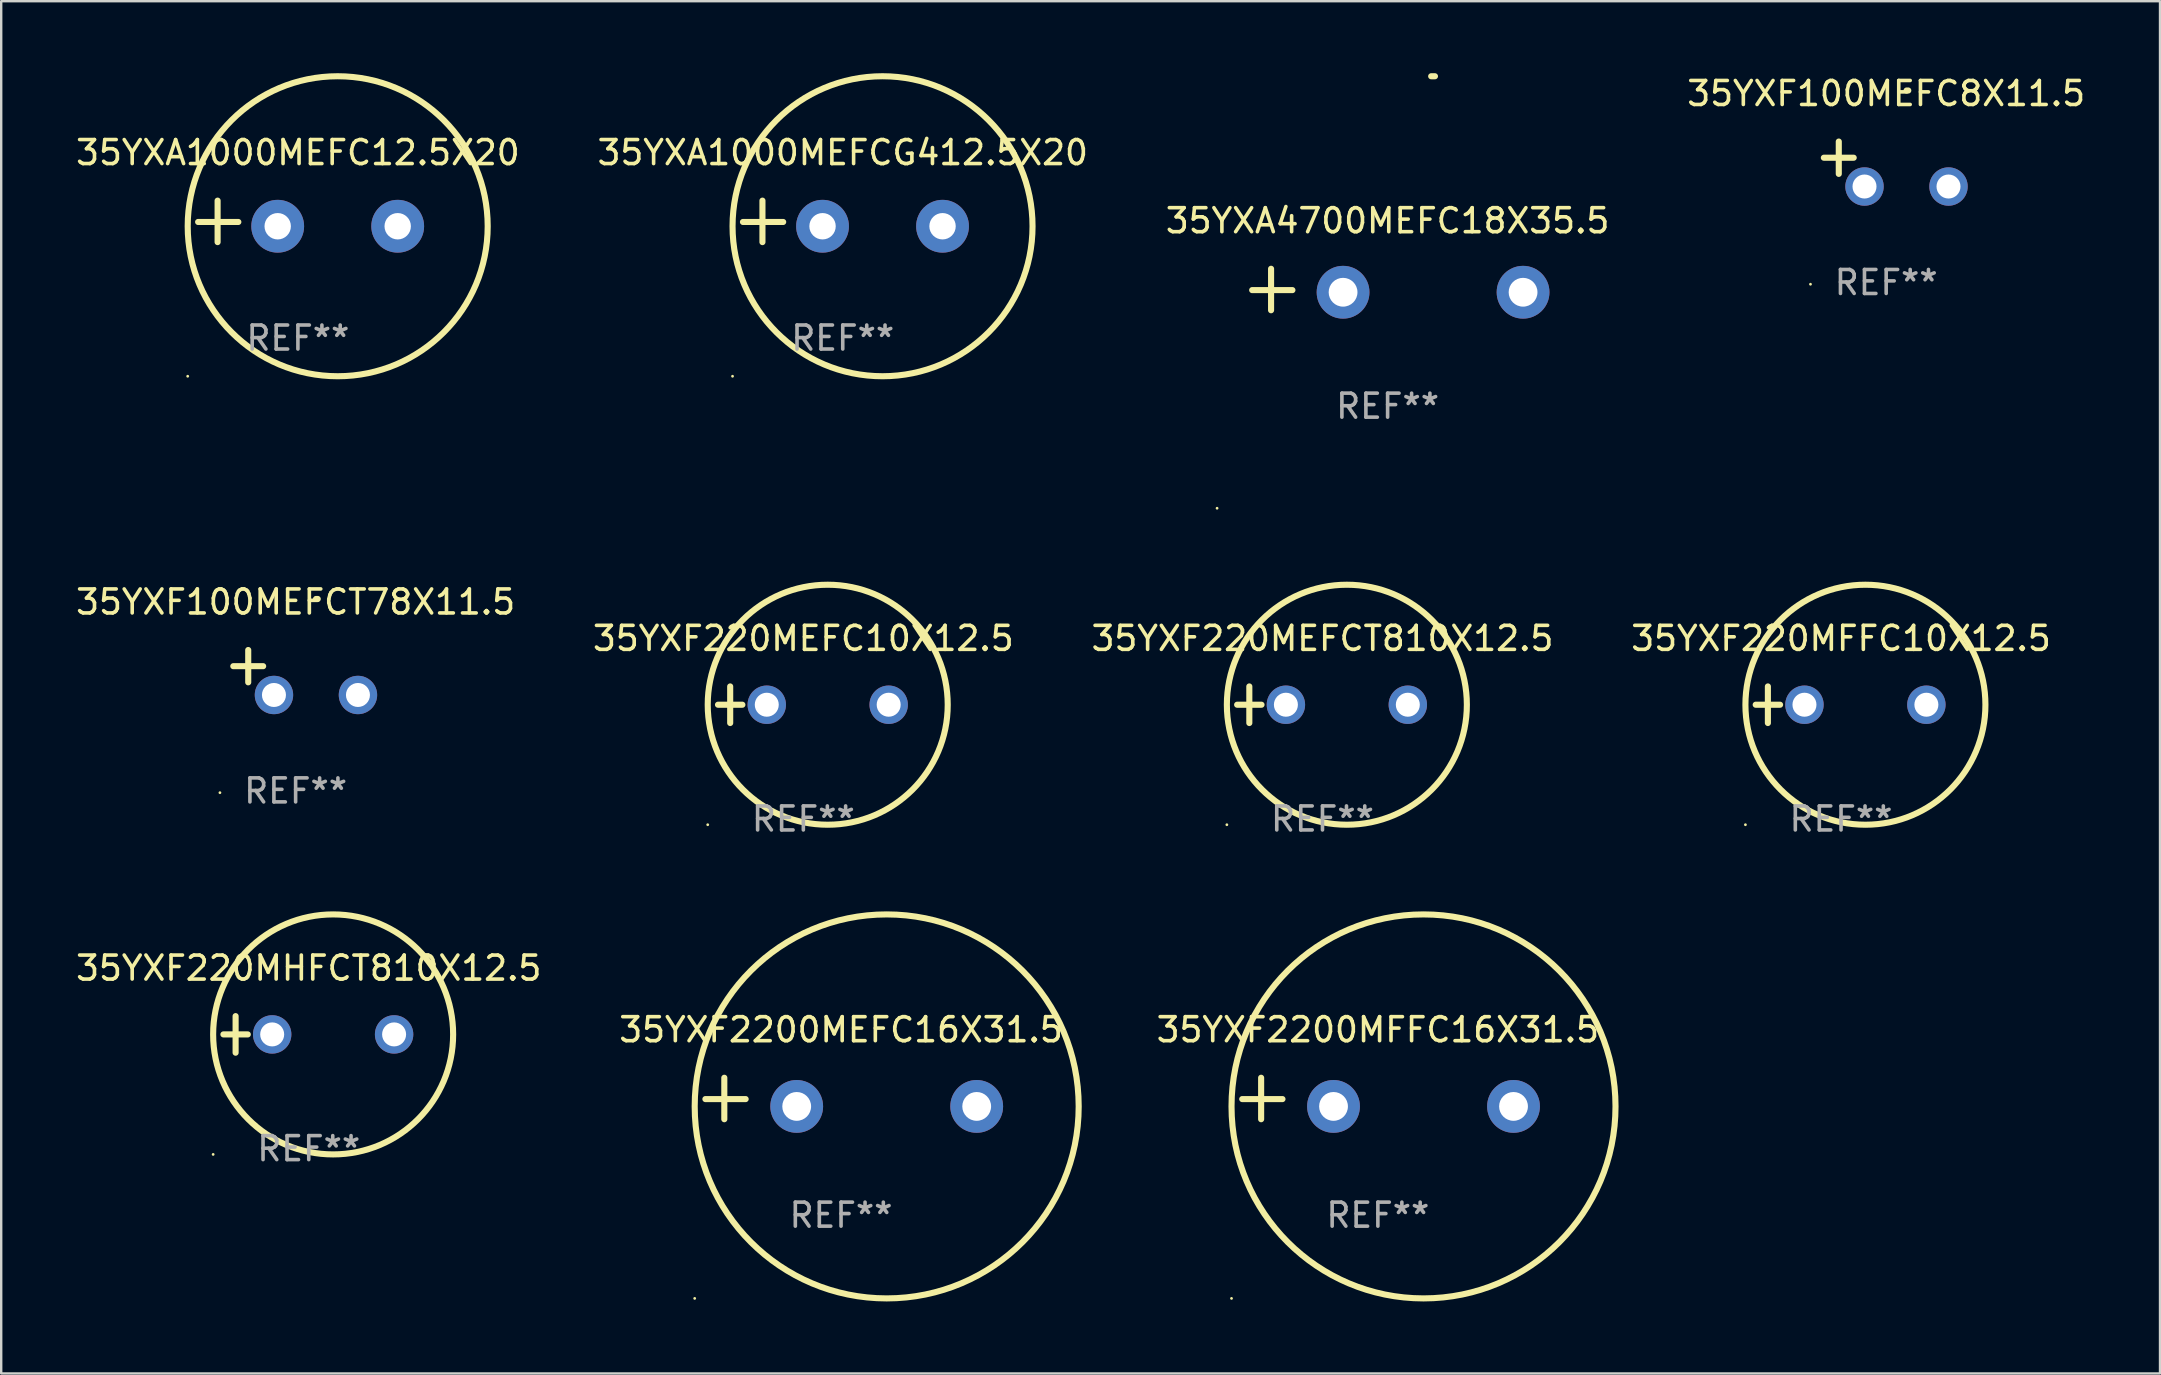
<source format=kicad_pcb>
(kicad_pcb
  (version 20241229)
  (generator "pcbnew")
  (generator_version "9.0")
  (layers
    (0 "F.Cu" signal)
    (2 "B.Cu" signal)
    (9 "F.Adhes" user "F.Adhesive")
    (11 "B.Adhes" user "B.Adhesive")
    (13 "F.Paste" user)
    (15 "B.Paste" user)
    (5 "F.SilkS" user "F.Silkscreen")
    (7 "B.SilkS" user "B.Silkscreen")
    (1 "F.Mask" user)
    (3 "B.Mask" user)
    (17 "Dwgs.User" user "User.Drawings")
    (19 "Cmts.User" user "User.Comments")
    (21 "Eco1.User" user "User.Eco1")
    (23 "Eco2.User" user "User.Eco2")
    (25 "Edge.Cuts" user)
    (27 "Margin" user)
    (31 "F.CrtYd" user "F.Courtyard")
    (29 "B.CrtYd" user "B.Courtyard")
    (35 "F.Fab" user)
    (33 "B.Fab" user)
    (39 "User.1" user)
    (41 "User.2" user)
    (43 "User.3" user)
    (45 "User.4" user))
  (footprint "35YXA4700MEFC18X35.5"
    (layer "F.Cu")
    (at 54.768 9.013)
    (property "Reference" "35YXA4700MEFC18X35.5" (at 0 -2.864 0) (layer "F.SilkS") (effects (font (size 1 1) (thickness 0.15))))
    (attr through_hole)
    (fp_line (start -4.856 0.864) (end -4.856 -0.864) (stroke (width 0.254) (type solid)) (layer "F.SilkS"))
    (fp_line (start -3.967 0.025) (end -5.644 0.025) (stroke (width 0.254) (type solid)) (layer "F.SilkS"))
    (fp_arc (start 1.815024 -8.885649) (mid 1.893764 -8.88599) (end 1.972504 -8.885649) (stroke (width 0.254001) (type solid)) (layer "F.SilkS"))
    (fp_circle (center -7.106 9.114) (end -7.076 9.114) (stroke (width 0.06) (type solid)) (fill no) (layer "F.SilkS"))
    (fp_text user "REF**" (at 0 4.864 0) (layer "F.Fab") (effects (font (size 1 1) (thickness 0.15))))
    (pad "1" thru_hole circle (at -1.856 0.114) (size 2.2 2.2) (drill 1.2) (layers "*.Cu" "*.Mask"))
    (pad "2" thru_hole circle (at 5.644 0.114) (size 2.2 2.2) (drill 1.2) (layers "*.Cu" "*.Mask")))
  (footprint "35YXF2200MEFC16X31.5"
    (layer "F.Cu")
    (at 31.994 42.721)
    (property "Reference" "35YXF2200MEFC16X31.5" (at 0 -2.864 0) (layer "F.SilkS") (effects (font (size 1 1) (thickness 0.15))))
    (attr through_hole)
    (fp_line (start -4.864 0.864) (end -4.864 -0.864) (stroke (width 0.254) (type solid)) (layer "F.SilkS"))
    (fp_line (start -3.975 0.025) (end -5.652 0.025) (stroke (width 0.254) (type solid)) (layer "F.SilkS"))
    (fp_circle (center -6.098 8.33) (end -6.068 8.33) (stroke (width 0.06) (type solid)) (fill no) (layer "F.SilkS"))
    (fp_circle (center 1.902 0.33) (end 9.902 0.33) (stroke (width 0.254) (type solid)) (fill no) (layer "F.SilkS"))
    (fp_text user "REF**" (at 0 4.864 0) (layer "F.Fab") (effects (font (size 1 1) (thickness 0.15))))
    (pad "1" thru_hole circle (at -1.848 0.33) (size 2.2 2.2) (drill 1.2) (layers "*.Cu" "*.Mask"))
    (pad "2" thru_hole circle (at 5.652 0.33) (size 2.2 2.2) (drill 1.2) (layers "*.Cu" "*.Mask")))
  (footprint "35YXF100MEFCT78X11.5"
    (layer "F.Cu")
    (at 9.268 24.971)
    (property "Reference" "35YXF100MEFCT78X11.5" (at 0 -2.937 0) (layer "F.SilkS") (effects (font (size 1 1) (thickness 0.15))))
    (attr through_hole)
    (fp_line (start -1.975 0.41) (end -1.975 -0.937) (stroke (width 0.254) (type solid)) (layer "F.SilkS"))
    (fp_line (start -1.353 -0.263) (end -2.597 -0.263) (stroke (width 0.254) (type solid)) (layer "F.SilkS"))
    (fp_arc (start 0.849809 -3.063957) (mid 0.885369 -3.064114) (end 0.920929 -3.063957) (stroke (width 0.254001) (type solid)) (layer "F.SilkS"))
    (fp_circle (center -3.154 5.008) (end -3.124 5.008) (stroke (width 0.06) (type solid)) (fill no) (layer "F.SilkS"))
    (fp_text user "REF**" (at 0 4.937 0) (layer "F.Fab") (effects (font (size 1 1) (thickness 0.15))))
    (pad "1" thru_hole circle (at -0.903 0.937) (size 1.6 1.6) (drill 1) (layers "*.Cu" "*.Mask"))
    (pad "2" thru_hole circle (at 2.597 0.937) (size 1.6 1.6) (drill 1) (layers "*.Cu" "*.Mask")))
  (footprint "35YXF2200MFFC16X31.5"
    (layer "F.Cu")
    (at 54.362 42.721)
    (property "Reference" "35YXF2200MFFC16X31.5" (at 0 -2.864 0) (layer "F.SilkS") (effects (font (size 1 1) (thickness 0.15))))
    (attr through_hole)
    (fp_line (start -4.864 0.864) (end -4.864 -0.864) (stroke (width 0.254) (type solid)) (layer "F.SilkS"))
    (fp_line (start -3.975 0.025) (end -5.652 0.025) (stroke (width 0.254) (type solid)) (layer "F.SilkS"))
    (fp_circle (center -6.098 8.33) (end -6.068 8.33) (stroke (width 0.06) (type solid)) (fill no) (layer "F.SilkS"))
    (fp_circle (center 1.902 0.33) (end 9.902 0.33) (stroke (width 0.254) (type solid)) (fill no) (layer "F.SilkS"))
    (fp_text user "REF**" (at 0 4.864 0) (layer "F.Fab") (effects (font (size 1 1) (thickness 0.15))))
    (pad "1" thru_hole circle (at -1.848 0.33) (size 2.2 2.2) (drill 1.2) (layers "*.Cu" "*.Mask"))
    (pad "2" thru_hole circle (at 5.652 0.33) (size 2.2 2.2) (drill 1.2) (layers "*.Cu" "*.Mask")))
  (footprint "35YXF220MFFC10X12.5"
    (layer "F.Cu")
    (at 73.661 26.314)
    (property "Reference" "35YXF220MFFC10X12.5" (at 0 -2.762 0) (layer "F.SilkS") (effects (font (size 1 1) (thickness 0.15))))
    (attr through_hole)
    (fp_line (start -3.556 0) (end -2.54 0) (stroke (width 0.254) (type solid)) (layer "F.SilkS"))
    (fp_line (start -3.048 -0.762) (end -3.048 0.762) (stroke (width 0.254) (type solid)) (layer "F.SilkS"))
    (fp_circle (center -3.984 5) (end -3.954 5) (stroke (width 0.06) (type solid)) (fill no) (layer "F.SilkS"))
    (fp_circle (center 1.016 0) (end 6.016 0) (stroke (width 0.254) (type solid)) (fill no) (layer "F.SilkS"))
    (fp_text user "REF**" (at 0 4.762 0) (layer "F.Fab") (effects (font (size 1 1) (thickness 0.15))))
    (pad "1" thru_hole circle (at -1.524 0) (size 1.6 1.6) (drill 1) (layers "*.Cu" "*.Mask"))
    (pad "2" thru_hole circle (at 3.556 0) (size 1.6 1.6) (drill 1) (layers "*.Cu" "*.Mask")))
  (footprint "35YXF220MHFCT810X12.5"
    (layer "F.Cu")
    (at 9.815 40.051)
    (property "Reference" "35YXF220MHFCT810X12.5" (at 0 -2.762 0) (layer "F.SilkS") (effects (font (size 1 1) (thickness 0.15))))
    (attr through_hole)
    (fp_line (start -3.556 0) (end -2.54 0) (stroke (width 0.254) (type solid)) (layer "F.SilkS"))
    (fp_line (start -3.048 -0.762) (end -3.048 0.762) (stroke (width 0.254) (type solid)) (layer "F.SilkS"))
    (fp_circle (center -3.984 5) (end -3.954 5) (stroke (width 0.06) (type solid)) (fill no) (layer "F.SilkS"))
    (fp_circle (center 1.016 0) (end 6.016 0) (stroke (width 0.254) (type solid)) (fill no) (layer "F.SilkS"))
    (fp_text user "REF**" (at 0 4.762 0) (layer "F.Fab") (effects (font (size 1 1) (thickness 0.15))))
    (pad "1" thru_hole circle (at -1.524 0) (size 1.6 1.6) (drill 1) (layers "*.Cu" "*.Mask"))
    (pad "2" thru_hole circle (at 3.556 0) (size 1.6 1.6) (drill 1) (layers "*.Cu" "*.Mask")))
  (footprint "35YXF220MEFCT810X12.5"
    (layer "F.Cu")
    (at 52.054 26.314)
    (property "Reference" "35YXF220MEFCT810X12.5" (at 0 -2.762 0) (layer "F.SilkS") (effects (font (size 1 1) (thickness 0.15))))
    (attr through_hole)
    (fp_line (start -3.556 0) (end -2.54 0) (stroke (width 0.254) (type solid)) (layer "F.SilkS"))
    (fp_line (start -3.048 -0.762) (end -3.048 0.762) (stroke (width 0.254) (type solid)) (layer "F.SilkS"))
    (fp_circle (center -3.984 5) (end -3.954 5) (stroke (width 0.06) (type solid)) (fill no) (layer "F.SilkS"))
    (fp_circle (center 1.016 0) (end 6.016 0) (stroke (width 0.254) (type solid)) (fill no) (layer "F.SilkS"))
    (fp_text user "REF**" (at 0 4.762 0) (layer "F.Fab") (effects (font (size 1 1) (thickness 0.15))))
    (pad "1" thru_hole circle (at -1.524 0) (size 1.6 1.6) (drill 1) (layers "*.Cu" "*.Mask"))
    (pad "2" thru_hole circle (at 3.556 0) (size 1.6 1.6) (drill 1) (layers "*.Cu" "*.Mask")))
  (footprint "35YXA1000MEFCG412.5X20"
    (layer "F.Cu")
    (at 32.065 6.174)
    (property "Reference" "35YXA1000MEFCG412.5X20" (at 0 -2.864 0) (layer "F.SilkS") (effects (font (size 1 1) (thickness 0.15))))
    (attr through_hole)
    (fp_line (start -3.346 0.864) (end -3.346 -0.864) (stroke (width 0.254) (type solid)) (layer "F.SilkS"))
    (fp_line (start -2.482 0.025) (end -4.158 0.025) (stroke (width 0.254) (type solid)) (layer "F.SilkS"))
    (fp_circle (center -4.592 6.453) (end -4.562 6.453) (stroke (width 0.06) (type solid)) (fill no) (layer "F.SilkS"))
    (fp_circle (center 1.658 0.203) (end 7.908 0.203) (stroke (width 0.254) (type solid)) (fill no) (layer "F.SilkS"))
    (fp_text user "REF**" (at 0 4.864 0) (layer "F.Fab") (effects (font (size 1 1) (thickness 0.15))))
    (pad "1" thru_hole circle (at -0.842 0.203) (size 2.2 2.2) (drill 1.1) (layers "*.Cu" "*.Mask"))
    (pad "2" thru_hole circle (at 4.158 0.203) (size 2.2 2.2) (drill 1.1) (layers "*.Cu" "*.Mask")))
  (footprint "35YXA1000MEFC12.5X20"
    (layer "F.Cu")
    (at 9.363 6.174)
    (property "Reference" "35YXA1000MEFC12.5X20" (at 0 -2.864 0) (layer "F.SilkS") (effects (font (size 1 1) (thickness 0.15))))
    (attr through_hole)
    (fp_line (start -3.346 0.864) (end -3.346 -0.864) (stroke (width 0.254) (type solid)) (layer "F.SilkS"))
    (fp_line (start -2.482 0.025) (end -4.158 0.025) (stroke (width 0.254) (type solid)) (layer "F.SilkS"))
    (fp_circle (center -4.592 6.453) (end -4.562 6.453) (stroke (width 0.06) (type solid)) (fill no) (layer "F.SilkS"))
    (fp_circle (center 1.658 0.203) (end 7.908 0.203) (stroke (width 0.254) (type solid)) (fill no) (layer "F.SilkS"))
    (fp_text user "REF**" (at 0 4.864 0) (layer "F.Fab") (effects (font (size 1 1) (thickness 0.15))))
    (pad "1" thru_hole circle (at -0.842 0.203) (size 2.2 2.2) (drill 1.1) (layers "*.Cu" "*.Mask"))
    (pad "2" thru_hole circle (at 4.158 0.203) (size 2.2 2.2) (drill 1.1) (layers "*.Cu" "*.Mask")))
  (footprint "35YXF220MEFC10X12.5"
    (layer "F.Cu")
    (at 30.423 26.314)
    (property "Reference" "35YXF220MEFC10X12.5" (at 0 -2.762 0) (layer "F.SilkS") (effects (font (size 1 1) (thickness 0.15))))
    (attr through_hole)
    (fp_line (start -3.556 0) (end -2.54 0) (stroke (width 0.254) (type solid)) (layer "F.SilkS"))
    (fp_line (start -3.048 -0.762) (end -3.048 0.762) (stroke (width 0.254) (type solid)) (layer "F.SilkS"))
    (fp_circle (center -3.984 5) (end -3.954 5) (stroke (width 0.06) (type solid)) (fill no) (layer "F.SilkS"))
    (fp_circle (center 1.016 0) (end 6.016 0) (stroke (width 0.254) (type solid)) (fill no) (layer "F.SilkS"))
    (fp_text user "REF**" (at 0 4.762 0) (layer "F.Fab") (effects (font (size 1 1) (thickness 0.15))))
    (pad "1" thru_hole circle (at -1.524 0) (size 1.6 1.6) (drill 1) (layers "*.Cu" "*.Mask"))
    (pad "2" thru_hole circle (at 3.556 0) (size 1.6 1.6) (drill 1) (layers "*.Cu" "*.Mask")))
  (footprint "35YXF100MEFC8X11.5"
    (layer "F.Cu")
    (at 75.542 3.785)
    (property "Reference" "35YXF100MEFC8X11.5" (at 0 -2.937 0) (layer "F.SilkS") (effects (font (size 1 1) (thickness 0.15))))
    (attr through_hole)
    (fp_line (start -1.975 0.41) (end -1.975 -0.937) (stroke (width 0.254) (type solid)) (layer "F.SilkS"))
    (fp_line (start -1.353 -0.263) (end -2.597 -0.263) (stroke (width 0.254) (type solid)) (layer "F.SilkS"))
    (fp_arc (start 0.849809 -3.063957) (mid 0.885369 -3.064114) (end 0.920929 -3.063957) (stroke (width 0.254001) (type solid)) (layer "F.SilkS"))
    (fp_circle (center -3.154 5.008) (end -3.124 5.008) (stroke (width 0.06) (type solid)) (fill no) (layer "F.SilkS"))
    (fp_text user "REF**" (at 0 4.937 0) (layer "F.Fab") (effects (font (size 1 1) (thickness 0.15))))
    (pad "1" thru_hole circle (at -0.903 0.937) (size 1.6 1.6) (drill 1) (layers "*.Cu" "*.Mask"))
    (pad "2" thru_hole circle (at 2.597 0.937) (size 1.6 1.6) (drill 1) (layers "*.Cu" "*.Mask")))
  (gr_rect
    (start -3 -3)
    (end 86.952 54.178)
    (stroke (width 0.1) (type default))
    (fill no)
    (layer "Edge.Cuts")))
</source>
